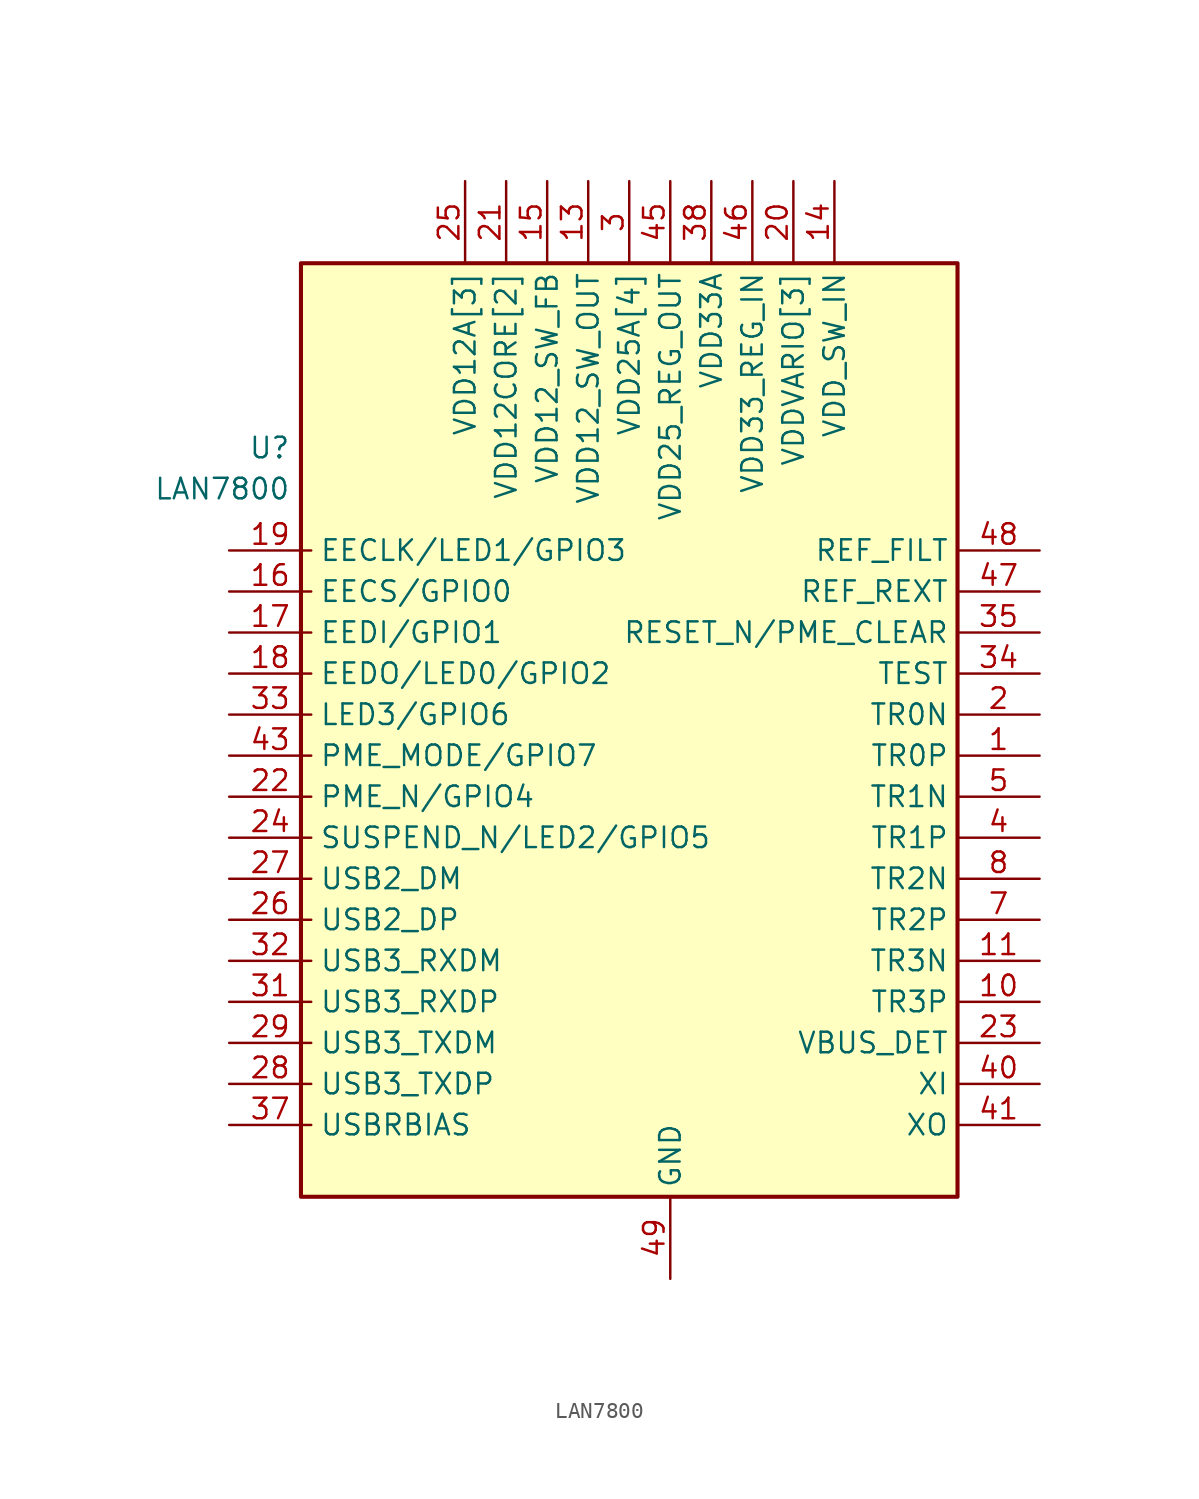
<source format=kicad_sym>
(kicad_symbol_lib
  (version 20211014)
  (generator kicad_symbol_editor)
  (symbol "﻿LAN7800"
    (property "Reference" "U"
      (at 3.81 6.35 0)
      (effects (font (size 1.27 1.27)) (justify right)))
    (property "Value" "﻿LAN7800"
      (at 3.81 3.81 0)
      (effects (font (size 1.27 1.27)) (justify right)))
    (symbol "﻿LAN7800_1_1"
      (rectangle (start 4.445 17.78) (end 45.085 -40.005) (stroke (width 0.254) (type default) (color 0 0 0 0)) (fill (type background)))
      (pin bidirectional line (at 50.165 -12.7 180) (length 5.08) (name "TR0P" (effects (font (size 1.27 1.27)))) (number "1" (effects (font (size 1.27 1.27)))))
      (pin bidirectional line (at 50.165 -27.94 180) (length 5.08) (name "TR3P" (effects (font (size 1.27 1.27)))) (number "10" (effects (font (size 1.27 1.27)))))
      (pin bidirectional line (at 50.165 -25.4 180) (length 5.08) (name "TR3N" (effects (font (size 1.27 1.27)))) (number "11" (effects (font (size 1.27 1.27)))))
      (pin passive line (at 24.765 22.86 270) (length 5.08) hide (name "VDD25A[4]" (effects (font (size 1.27 1.27)))) (number "12" (effects (font (size 1.27 1.27)))))
      (pin power_in line (at 22.225 22.86 270) (length 5.08) (name "VDD12_SW_OUT" (effects (font (size 1.27 1.27)))) (number "13" (effects (font (size 1.27 1.27)))))
      (pin power_in line (at 37.465 22.86 270) (length 5.08) (name "VDD_SW_IN" (effects (font (size 1.27 1.27)))) (number "14" (effects (font (size 1.27 1.27)))))
      (pin power_in line (at 19.685 22.86 270) (length 5.08) (name "VDD12_SW_FB" (effects (font (size 1.27 1.27)))) (number "15" (effects (font (size 1.27 1.27)))))
      (pin bidirectional line (at 0 -2.54 0) (length 5.08) (name "EECS/GPIO0" (effects (font (size 1.27 1.27)))) (number "16" (effects (font (size 1.27 1.27)))))
      (pin bidirectional line (at 0 -5.08 0) (length 5.08) (name "EEDI/GPIO1" (effects (font (size 1.27 1.27)))) (number "17" (effects (font (size 1.27 1.27)))))
      (pin bidirectional line (at 0 -7.62 0) (length 5.08) (name "EEDO/LED0/GPIO2" (effects (font (size 1.27 1.27)))) (number "18" (effects (font (size 1.27 1.27)))))
      (pin bidirectional line (at 0 0 0) (length 5.08) (name "EECLK/LED1/GPIO3" (effects (font (size 1.27 1.27)))) (number "19" (effects (font (size 1.27 1.27)))))
      (pin bidirectional line (at 50.165 -10.16 180) (length 5.08) (name "TR0N" (effects (font (size 1.27 1.27)))) (number "2" (effects (font (size 1.27 1.27)))))
      (pin power_in line (at 34.925 22.86 270) (length 5.08) (name "VDDVARIO[3]" (effects (font (size 1.27 1.27)))) (number "20" (effects (font (size 1.27 1.27)))))
      (pin power_in line (at 17.145 22.86 270) (length 5.08) (name "VDD12CORE[2]" (effects (font (size 1.27 1.27)))) (number "21" (effects (font (size 1.27 1.27)))))
      (pin bidirectional line (at 0 -15.24 0) (length 5.08) (name "PME_N/GPIO4" (effects (font (size 1.27 1.27)))) (number "22" (effects (font (size 1.27 1.27)))))
      (pin bidirectional line (at 50.165 -30.48 180) (length 5.08) (name "VBUS_DET" (effects (font (size 1.27 1.27)))) (number "23" (effects (font (size 1.27 1.27)))))
      (pin bidirectional line (at 0 -17.78 0) (length 5.08) (name "SUSPEND_N/LED2/GPIO5" (effects (font (size 1.27 1.27)))) (number "24" (effects (font (size 1.27 1.27)))))
      (pin power_in line (at 14.605 22.86 270) (length 5.08) (name "VDD12A[3]" (effects (font (size 1.27 1.27)))) (number "25" (effects (font (size 1.27 1.27)))))
      (pin bidirectional line (at 0 -22.86 0) (length 5.08) (name "USB2_DP" (effects (font (size 1.27 1.27)))) (number "26" (effects (font (size 1.27 1.27)))))
      (pin bidirectional line (at 0 -20.32 0) (length 5.08) (name "USB2_DM" (effects (font (size 1.27 1.27)))) (number "27" (effects (font (size 1.27 1.27)))))
      (pin bidirectional line (at 0 -33.02 0) (length 5.08) (name "USB3_TXDP" (effects (font (size 1.27 1.27)))) (number "28" (effects (font (size 1.27 1.27)))))
      (pin bidirectional line (at 0 -30.48 0) (length 5.08) (name "USB3_TXDM" (effects (font (size 1.27 1.27)))) (number "29" (effects (font (size 1.27 1.27)))))
      (pin power_in line (at 24.765 22.86 270) (length 5.08) (name "VDD25A[4]" (effects (font (size 1.27 1.27)))) (number "3" (effects (font (size 1.27 1.27)))))
      (pin passive line (at 14.605 22.86 270) (length 5.08) hide (name "VDD12A[3]" (effects (font (size 1.27 1.27)))) (number "30" (effects (font (size 1.27 1.27)))))
      (pin bidirectional line (at 0 -27.94 0) (length 5.08) (name "USB3_RXDP" (effects (font (size 1.27 1.27)))) (number "31" (effects (font (size 1.27 1.27)))))
      (pin bidirectional line (at 0 -25.4 0) (length 5.08) (name "USB3_RXDM" (effects (font (size 1.27 1.27)))) (number "32" (effects (font (size 1.27 1.27)))))
      (pin bidirectional line (at 0 -10.16 0) (length 5.08) (name "LED3/GPIO6" (effects (font (size 1.27 1.27)))) (number "33" (effects (font (size 1.27 1.27)))))
      (pin bidirectional line (at 50.165 -7.62 180) (length 5.08) (name "TEST" (effects (font (size 1.27 1.27)))) (number "34" (effects (font (size 1.27 1.27)))))
      (pin bidirectional line (at 50.165 -5.08 180) (length 5.08) (name "RESET_N/PME_CLEAR" (effects (font (size 1.27 1.27)))) (number "35" (effects (font (size 1.27 1.27)))))
      (pin passive line (at 34.925 22.86 270) (length 5.08) hide (name "VDDVARIO[3]" (effects (font (size 1.27 1.27)))) (number "36" (effects (font (size 1.27 1.27)))))
      (pin bidirectional line (at 0 -35.56 0) (length 5.08) (name "USBRBIAS" (effects (font (size 1.27 1.27)))) (number "37" (effects (font (size 1.27 1.27)))))
      (pin power_in line (at 29.845 22.86 270) (length 5.08) (name "VDD33A" (effects (font (size 1.27 1.27)))) (number "38" (effects (font (size 1.27 1.27)))))
      (pin passive line (at 34.925 22.86 270) (length 5.08) hide (name "VDDVARIO[3]" (effects (font (size 1.27 1.27)))) (number "39" (effects (font (size 1.27 1.27)))))
      (pin bidirectional line (at 50.165 -17.78 180) (length 5.08) (name "TR1P" (effects (font (size 1.27 1.27)))) (number "4" (effects (font (size 1.27 1.27)))))
      (pin bidirectional line (at 50.165 -33.02 180) (length 5.08) (name "XI" (effects (font (size 1.27 1.27)))) (number "40" (effects (font (size 1.27 1.27)))))
      (pin bidirectional line (at 50.165 -35.56 180) (length 5.08) (name "XO" (effects (font (size 1.27 1.27)))) (number "41" (effects (font (size 1.27 1.27)))))
      (pin passive line (at 17.145 22.86 270) (length 5.08) hide (name "VDD12CORE[2]" (effects (font (size 1.27 1.27)))) (number "42" (effects (font (size 1.27 1.27)))))
      (pin bidirectional line (at 0 -12.7 0) (length 5.08) (name "PME_MODE/GPIO7" (effects (font (size 1.27 1.27)))) (number "43" (effects (font (size 1.27 1.27)))))
      (pin passive line (at 14.605 22.86 270) (length 5.08) hide (name "VDD12A[3]" (effects (font (size 1.27 1.27)))) (number "44" (effects (font (size 1.27 1.27)))))
      (pin power_in line (at 27.305 22.86 270) (length 5.08) (name "VDD25_REG_OUT" (effects (font (size 1.27 1.27)))) (number "45" (effects (font (size 1.27 1.27)))))
      (pin power_in line (at 32.385 22.86 270) (length 5.08) (name "VDD33_REG_IN" (effects (font (size 1.27 1.27)))) (number "46" (effects (font (size 1.27 1.27)))))
      (pin bidirectional line (at 50.165 -2.54 180) (length 5.08) (name "REF_REXT" (effects (font (size 1.27 1.27)))) (number "47" (effects (font (size 1.27 1.27)))))
      (pin bidirectional line (at 50.165 0 180) (length 5.08) (name "REF_FILT" (effects (font (size 1.27 1.27)))) (number "48" (effects (font (size 1.27 1.27)))))
      (pin power_in line (at 27.305 -45.085 90) (length 5.08) (name "GND" (effects (font (size 1.27 1.27)))) (number "49" (effects (font (size 1.27 1.27)))))
      (pin bidirectional line (at 50.165 -15.24 180) (length 5.08) (name "TR1N" (effects (font (size 1.27 1.27)))) (number "5" (effects (font (size 1.27 1.27)))))
      (pin passive line (at 24.765 22.86 270) (length 5.08) hide (name "VDD25A[4]" (effects (font (size 1.27 1.27)))) (number "6" (effects (font (size 1.27 1.27)))))
      (pin bidirectional line (at 50.165 -22.86 180) (length 5.08) (name "TR2P" (effects (font (size 1.27 1.27)))) (number "7" (effects (font (size 1.27 1.27)))))
      (pin bidirectional line (at 50.165 -20.32 180) (length 5.08) (name "TR2N" (effects (font (size 1.27 1.27)))) (number "8" (effects (font (size 1.27 1.27)))))
      (pin passive line (at 24.765 22.86 270) (length 5.08) hide (name "VDD25A[4]" (effects (font (size 1.27 1.27)))) (number "9" (effects (font (size 1.27 1.27))))))))
</source>
